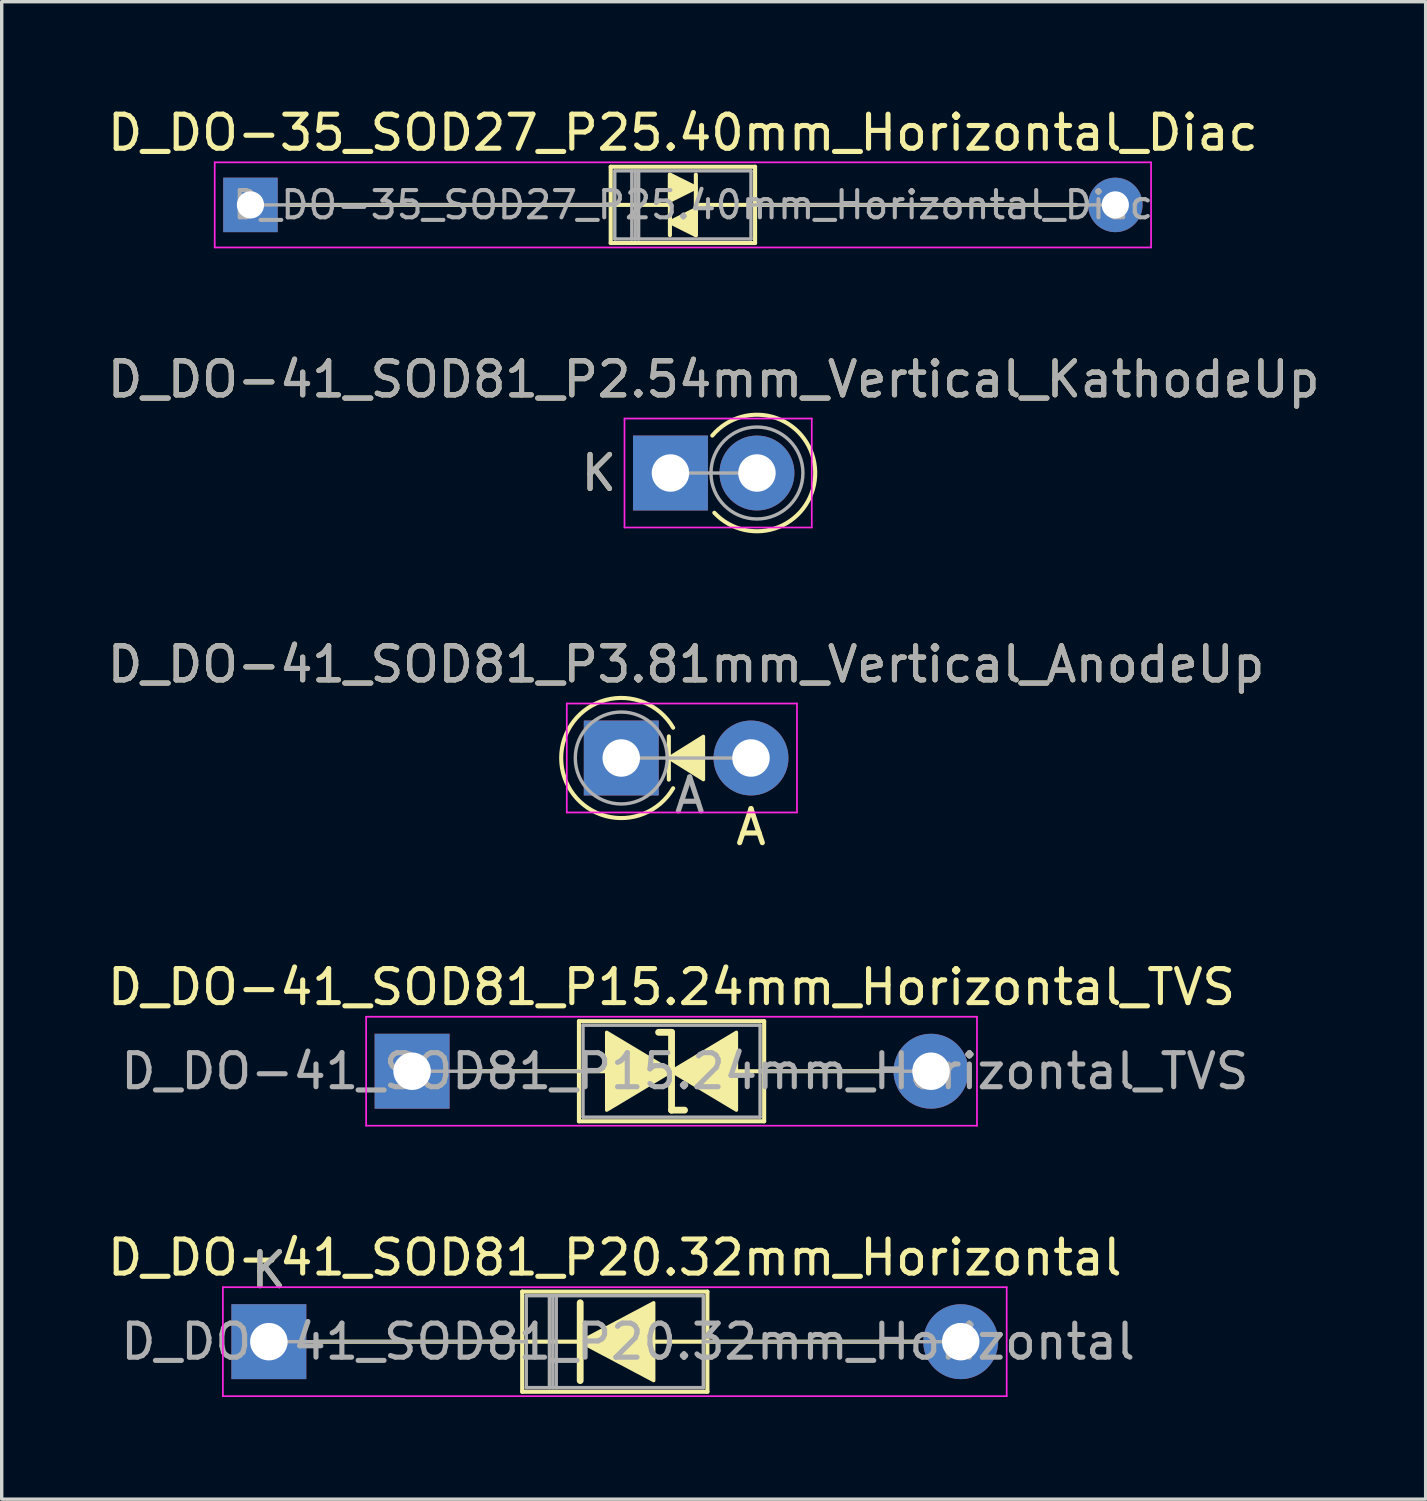
<source format=kicad_pcb>
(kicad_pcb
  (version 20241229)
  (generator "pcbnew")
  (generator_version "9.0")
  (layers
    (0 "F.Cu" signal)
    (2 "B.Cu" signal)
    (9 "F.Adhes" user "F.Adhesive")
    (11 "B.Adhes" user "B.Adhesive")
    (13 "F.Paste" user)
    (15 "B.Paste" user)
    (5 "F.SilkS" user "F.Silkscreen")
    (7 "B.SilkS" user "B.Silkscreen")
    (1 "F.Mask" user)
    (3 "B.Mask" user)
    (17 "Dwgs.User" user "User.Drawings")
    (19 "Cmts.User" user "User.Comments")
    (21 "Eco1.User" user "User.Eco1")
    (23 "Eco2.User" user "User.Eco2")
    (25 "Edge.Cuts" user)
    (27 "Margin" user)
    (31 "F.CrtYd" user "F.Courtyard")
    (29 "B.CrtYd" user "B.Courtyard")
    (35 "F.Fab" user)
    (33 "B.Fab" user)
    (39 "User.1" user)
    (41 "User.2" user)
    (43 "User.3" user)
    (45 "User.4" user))
  (footprint "D_DO-41_SOD81_P2.54mm_Vertical_KathodeUp"
    (layer "F.Cu")
    (at 16.641 10.842)
    (property "Reference" "D_DO-41_SOD81_P2.54mm_Vertical_KathodeUp" (at 1.27 -2.751 0) (layer "F.SilkS") (effects (font (size 1 1) (thickness 0.15))))
    (attr through_hole)
    (fp_arc (start 1.228847 -1.1) (mid 4.250877 -0.044974) (end 1.288449 1.167366) (stroke (width 0.12) (type solid)) (layer "F.SilkS"))
    (fp_line (start -1.35 -1.6) (end -1.35 1.6) (stroke (width 0.05) (type solid)) (layer "F.CrtYd"))
    (fp_line (start -1.35 1.6) (end 4.15 1.6) (stroke (width 0.05) (type solid)) (layer "F.CrtYd"))
    (fp_line (start 4.15 -1.6) (end -1.35 -1.6) (stroke (width 0.05) (type solid)) (layer "F.CrtYd"))
    (fp_line (start 4.15 1.6) (end 4.15 -1.6) (stroke (width 0.05) (type solid)) (layer "F.CrtYd"))
    (fp_line (start 0 0) (end 2.54 0) (stroke (width 0.1) (type solid)) (layer "F.Fab"))
    (fp_circle (center 2.54 0) (end 3.89 0) (stroke (width 0.1) (type solid)) (fill no) (layer "F.Fab"))
    (fp_text user "K" (at -2.1 0 0) (layer "F.SilkS") (effects (font (size 1 1) (thickness 0.15))))
    (fp_text user "${REFERENCE}" (at 1.27 -2.751 0) (layer "F.Fab") (effects (font (size 1 1) (thickness 0.15))))
    (fp_text user "K" (at -2.1 0 0) (layer "F.Fab") (effects (font (size 1 1) (thickness 0.15))))
    (pad "1" thru_hole rect (at 0 0) (size 2.2 2.2) (drill 1.1) (layers "*.Cu" "*.Mask"))
    (pad "2" thru_hole oval (at 2.54 0) (size 2.2 2.2) (drill 1.1) (layers "*.Cu" "*.Mask")))
  (footprint "D_DO-41_SOD81_P20.32mm_Horizontal"
    (layer "F.Cu")
    (at 4.846 36.354)
    (property "Reference" "D_DO-41_SOD81_P20.32mm_Horizontal" (at 10.16 -2.47 0) (layer "F.SilkS") (effects (font (size 1 1) (thickness 0.15))))
    (attr through_hole)
    (fp_line (start 1.397 0) (end 7.44 0) (stroke (width 0.12) (type solid)) (layer "F.SilkS"))
    (fp_line (start 7.44 -1.47) (end 7.44 1.47) (stroke (width 0.12) (type solid)) (layer "F.SilkS"))
    (fp_line (start 7.44 1.47) (end 12.88 1.47) (stroke (width 0.12) (type solid)) (layer "F.SilkS"))
    (fp_line (start 9.144 -1.143) (end 9.144 1.143) (stroke (width 0.2) (type solid)) (layer "F.SilkS"))
    (fp_line (start 9.144 0) (end 7.44 0) (stroke (width 0.12) (type solid)) (layer "F.SilkS"))
    (fp_line (start 11.303 0) (end 12.88 0) (stroke (width 0.12) (type solid)) (layer "F.SilkS"))
    (fp_line (start 12.88 -1.47) (end 7.44 -1.47) (stroke (width 0.12) (type solid)) (layer "F.SilkS"))
    (fp_line (start 12.88 1.47) (end 12.88 -1.47) (stroke (width 0.12) (type solid)) (layer "F.SilkS"))
    (fp_line (start 18.923 0) (end 12.88 0) (stroke (width 0.12) (type solid)) (layer "F.SilkS"))
    (fp_poly (pts (xy 11.303 1.143) (xy 9.144 0) (xy 11.303 -1.143)) (stroke (width 0.1) (type solid)) (fill yes) (layer "F.SilkS"))
    (fp_line (start -1.35 -1.6) (end -1.35 1.6) (stroke (width 0.05) (type solid)) (layer "F.CrtYd"))
    (fp_line (start -1.35 1.6) (end 21.67 1.6) (stroke (width 0.05) (type solid)) (layer "F.CrtYd"))
    (fp_line (start 21.67 -1.6) (end -1.35 -1.6) (stroke (width 0.05) (type solid)) (layer "F.CrtYd"))
    (fp_line (start 21.67 1.6) (end 21.67 -1.6) (stroke (width 0.05) (type solid)) (layer "F.CrtYd"))
    (fp_line (start 0 0) (end 7.56 0) (stroke (width 0.1) (type solid)) (layer "F.Fab"))
    (fp_line (start 7.56 -1.35) (end 7.56 1.35) (stroke (width 0.1) (type solid)) (layer "F.Fab"))
    (fp_line (start 7.56 1.35) (end 12.76 1.35) (stroke (width 0.1) (type solid)) (layer "F.Fab"))
    (fp_line (start 8.24 -1.35) (end 8.24 1.35) (stroke (width 0.1) (type solid)) (layer "F.Fab"))
    (fp_line (start 8.34 -1.35) (end 8.34 1.35) (stroke (width 0.1) (type solid)) (layer "F.Fab"))
    (fp_line (start 8.44 -1.35) (end 8.44 1.35) (stroke (width 0.1) (type solid)) (layer "F.Fab"))
    (fp_line (start 12.76 -1.35) (end 7.56 -1.35) (stroke (width 0.1) (type solid)) (layer "F.Fab"))
    (fp_line (start 12.76 1.35) (end 12.76 -1.35) (stroke (width 0.1) (type solid)) (layer "F.Fab"))
    (fp_line (start 20.32 0) (end 12.76 0) (stroke (width 0.1) (type solid)) (layer "F.Fab"))
    (fp_text user "K" (at 0 -2.1 0) (layer "F.SilkS") (effects (font (size 1 1) (thickness 0.15))))
    (fp_text user "${REFERENCE}" (at 10.55 0 0) (layer "F.Fab") (effects (font (size 1 1) (thickness 0.15))))
    (fp_text user "K" (at 0 -2.1 0) (layer "F.Fab") (effects (font (size 1 1) (thickness 0.15))))
    (pad "1" thru_hole rect (at 0 0) (size 2.2 2.2) (drill 1.1) (layers "*.Cu" "*.Mask"))
    (pad "2" thru_hole oval (at 20.32 0) (size 2.2 2.2) (drill 1.1) (layers "*.Cu" "*.Mask")))
  (footprint "D_DO-41_SOD81_P3.81mm_Vertical_AnodeUp"
    (layer "F.Cu")
    (at 15.196 19.212)
    (property "Reference" "D_DO-41_SOD81_P3.81mm_Vertical_AnodeUp" (at 1.905 -2.751 0) (layer "F.SilkS") (effects (font (size 1 1) (thickness 0.15))))
    (attr through_hole)
    (fp_line (start 1.397 -0.635) (end 1.397 0.635) (stroke (width 0.12) (type solid)) (layer "F.SilkS"))
    (fp_arc (start 1.523999 0.889) (mid -1.76434 0) (end 1.523999 -0.888999) (stroke (width 0.12) (type solid)) (layer "F.SilkS"))
    (fp_poly (pts (xy 2.413 0.635) (xy 1.397 0) (xy 2.413 -0.635)) (stroke (width 0.1) (type solid)) (fill yes) (layer "F.SilkS"))
    (fp_line (start -1.6 -1.6) (end -1.6 1.6) (stroke (width 0.05) (type solid)) (layer "F.CrtYd"))
    (fp_line (start -1.6 1.6) (end 5.16 1.6) (stroke (width 0.05) (type solid)) (layer "F.CrtYd"))
    (fp_line (start 5.16 -1.6) (end -1.6 -1.6) (stroke (width 0.05) (type solid)) (layer "F.CrtYd"))
    (fp_line (start 5.16 1.6) (end 5.16 -1.6) (stroke (width 0.05) (type solid)) (layer "F.CrtYd"))
    (fp_line (start 0 0) (end 3.81 0) (stroke (width 0.1) (type solid)) (layer "F.Fab"))
    (fp_circle (center 0 0) (end 1.35 0) (stroke (width 0.1) (type solid)) (fill no) (layer "F.Fab"))
    (fp_text user "A" (at 3.81 2.032 0) (layer "F.SilkS") (effects (font (size 1 1) (thickness 0.15))))
    (fp_text user "${REFERENCE}" (at 1.905 -2.751 0) (layer "F.Fab") (effects (font (size 1 1) (thickness 0.15))))
    (fp_text user "A" (at 2.01 1.1 0) (layer "F.Fab") (effects (font (size 1 1) (thickness 0.15))))
    (pad "1" thru_hole rect (at 0 0) (size 2.2 2.2) (drill 1.1) (layers "*.Cu" "*.Mask"))
    (pad "2" thru_hole oval (at 3.81 0) (size 2.2 2.2) (drill 1.1) (layers "*.Cu" "*.Mask")))
  (footprint "D_DO-41_SOD81_P15.24mm_Horizontal_TVS"
    (layer "F.Cu")
    (at 9.053 28.411)
    (property "Reference" "D_DO-41_SOD81_P15.24mm_Horizontal_TVS" (at 7.62 -2.47 0) (layer "F.SilkS") (effects (font (size 1 1) (thickness 0.15))))
    (fp_line (start 1.397 0) (end 4.9 0) (stroke (width 0.12) (type solid)) (layer "F.SilkS"))
    (fp_line (start 4.9 -1.47) (end 4.9 1.47) (stroke (width 0.12) (type solid)) (layer "F.SilkS"))
    (fp_line (start 4.9 0) (end 5.715 0) (stroke (width 0.12) (type solid)) (layer "F.SilkS"))
    (fp_line (start 4.9 1.47) (end 10.34 1.47) (stroke (width 0.12) (type solid)) (layer "F.SilkS"))
    (fp_line (start 7.62 -1.143) (end 7.239 -1.143) (stroke (width 0.2) (type solid)) (layer "F.SilkS"))
    (fp_line (start 7.62 1.143) (end 7.62 -1.143) (stroke (width 0.2) (type solid)) (layer "F.SilkS"))
    (fp_line (start 8.001 1.143) (end 7.62 1.143) (stroke (width 0.2) (type solid)) (layer "F.SilkS"))
    (fp_line (start 9.525 0) (end 10.34 0) (stroke (width 0.12) (type solid)) (layer "F.SilkS"))
    (fp_line (start 10.34 -1.47) (end 4.9 -1.47) (stroke (width 0.12) (type solid)) (layer "F.SilkS"))
    (fp_line (start 10.34 1.47) (end 10.34 -1.47) (stroke (width 0.12) (type solid)) (layer "F.SilkS"))
    (fp_line (start 13.843 0) (end 10.34 0) (stroke (width 0.12) (type solid)) (layer "F.SilkS"))
    (fp_poly (pts (xy 7.62 0) (xy 5.715 1.143) (xy 5.715 -1.143)) (stroke (width 0.1) (type solid)) (fill yes) (layer "F.SilkS"))
    (fp_poly (pts (xy 7.62 0) (xy 9.525 -1.143) (xy 9.525 1.143)) (stroke (width 0.1) (type solid)) (fill yes) (layer "F.SilkS"))
    (fp_line (start -1.35 -1.6) (end -1.35 1.6) (stroke (width 0.05) (type solid)) (layer "F.CrtYd"))
    (fp_line (start -1.35 1.6) (end 16.59 1.6) (stroke (width 0.05) (type solid)) (layer "F.CrtYd"))
    (fp_line (start 16.59 -1.6) (end -1.35 -1.6) (stroke (width 0.05) (type solid)) (layer "F.CrtYd"))
    (fp_line (start 16.59 1.6) (end 16.59 -1.6) (stroke (width 0.05) (type solid)) (layer "F.CrtYd"))
    (fp_line (start 0 0) (end 5.02 0) (stroke (width 0.1) (type solid)) (layer "F.Fab"))
    (fp_line (start 5.02 -1.35) (end 5.02 1.35) (stroke (width 0.1) (type solid)) (layer "F.Fab"))
    (fp_line (start 5.02 1.35) (end 10.22 1.35) (stroke (width 0.1) (type solid)) (layer "F.Fab"))
    (fp_line (start 10.22 -1.35) (end 5.02 -1.35) (stroke (width 0.1) (type solid)) (layer "F.Fab"))
    (fp_line (start 10.22 1.35) (end 10.22 -1.35) (stroke (width 0.1) (type solid)) (layer "F.Fab"))
    (fp_line (start 15.24 0) (end 10.22 0) (stroke (width 0.1) (type solid)) (layer "F.Fab"))
    (fp_text user "${REFERENCE}" (at 8.01 0 0) (layer "F.Fab") (effects (font (size 1 1) (thickness 0.15))))
    (pad "1" thru_hole rect (at 0 0) (size 2.2 2.2) (drill 1.1) (layers "*.Cu" "*.Mask"))
    (pad "2" thru_hole oval (at 15.24 0) (size 2.2 2.2) (drill 1.1) (layers "*.Cu" "*.Mask")))
  (footprint "D_DO-35_SOD27_P25.40mm_Horizontal_Diac"
    (layer "F.Cu")
    (at 4.306 2.968)
    (property "Reference" "D_DO-35_SOD27_P25.40mm_Horizontal_Diac" (at 12.7 -2.12 0) (layer "F.SilkS") (effects (font (size 1 1) (thickness 0.15))))
    (fp_line (start 1.143 0) (end 10.58 0) (stroke (width 0.12) (type solid)) (layer "F.SilkS"))
    (fp_line (start 10.541 0) (end 12.319 0) (stroke (width 0.12) (type solid)) (layer "F.SilkS"))
    (fp_line (start 10.58 -1.12) (end 10.58 1.12) (stroke (width 0.12) (type solid)) (layer "F.SilkS"))
    (fp_line (start 10.58 1.12) (end 14.82 1.12) (stroke (width 0.12) (type solid)) (layer "F.SilkS"))
    (fp_line (start 12.319 -0.889) (end 12.319 0.889) (stroke (width 0.12) (type solid)) (layer "F.SilkS"))
    (fp_line (start 13.081 -0.889) (end 13.081 0.889) (stroke (width 0.12) (type solid)) (layer "F.SilkS"))
    (fp_line (start 14.82 -1.12) (end 10.58 -1.12) (stroke (width 0.12) (type solid)) (layer "F.SilkS"))
    (fp_line (start 14.82 0) (end 13.081 0) (stroke (width 0.12) (type solid)) (layer "F.SilkS"))
    (fp_line (start 14.82 1.12) (end 14.82 -1.12) (stroke (width 0.12) (type solid)) (layer "F.SilkS"))
    (fp_line (start 24.257 0) (end 14.82 0) (stroke (width 0.12) (type solid)) (layer "F.SilkS"))
    (fp_poly (pts (xy 13.081 -0.508) (xy 12.319 -0.127) (xy 12.319 -0.889)) (stroke (width 0.12) (type solid)) (fill yes) (layer "F.SilkS"))
    (fp_poly (pts (xy 13.081 0.889) (xy 12.319 0.508) (xy 13.081 0.127)) (stroke (width 0.12) (type solid)) (fill yes) (layer "F.SilkS"))
    (fp_line (start -1.05 -1.25) (end -1.05 1.25) (stroke (width 0.05) (type solid)) (layer "F.CrtYd"))
    (fp_line (start -1.05 1.25) (end 26.45 1.25) (stroke (width 0.05) (type solid)) (layer "F.CrtYd"))
    (fp_line (start 26.45 -1.25) (end -1.05 -1.25) (stroke (width 0.05) (type solid)) (layer "F.CrtYd"))
    (fp_line (start 26.45 1.25) (end 26.45 -1.25) (stroke (width 0.05) (type solid)) (layer "F.CrtYd"))
    (fp_line (start 0 0) (end 10.7 0) (stroke (width 0.1) (type solid)) (layer "F.Fab"))
    (fp_line (start 10.7 -1) (end 10.7 1) (stroke (width 0.1) (type solid)) (layer "F.Fab"))
    (fp_line (start 10.7 1) (end 14.7 1) (stroke (width 0.1) (type solid)) (layer "F.Fab"))
    (fp_line (start 11.2 -1) (end 11.2 1) (stroke (width 0.1) (type solid)) (layer "F.Fab"))
    (fp_line (start 11.3 -1) (end 11.3 1) (stroke (width 0.1) (type solid)) (layer "F.Fab"))
    (fp_line (start 11.4 -1) (end 11.4 1) (stroke (width 0.1) (type solid)) (layer "F.Fab"))
    (fp_line (start 14.7 -1) (end 10.7 -1) (stroke (width 0.1) (type solid)) (layer "F.Fab"))
    (fp_line (start 14.7 1) (end 14.7 -1) (stroke (width 0.1) (type solid)) (layer "F.Fab"))
    (fp_line (start 25.4 0) (end 14.7 0) (stroke (width 0.1) (type solid)) (layer "F.Fab"))
    (fp_text user "${REFERENCE}" (at 13 0 0) (layer "F.Fab") (effects (font (size 0.8 0.8) (thickness 0.12))))
    (pad "1" thru_hole rect (at 0 0) (size 1.6 1.6) (drill 0.8) (layers "*.Cu" "*.Mask"))
    (pad "2" thru_hole oval (at 25.4 0) (size 1.6 1.6) (drill 0.8) (layers "*.Cu" "*.Mask")))
  (gr_rect
    (start -3 -3)
    (end 38.821 40.979)
    (stroke (width 0.1) (type default))
    (fill no)
    (layer "Edge.Cuts")))
</source>
